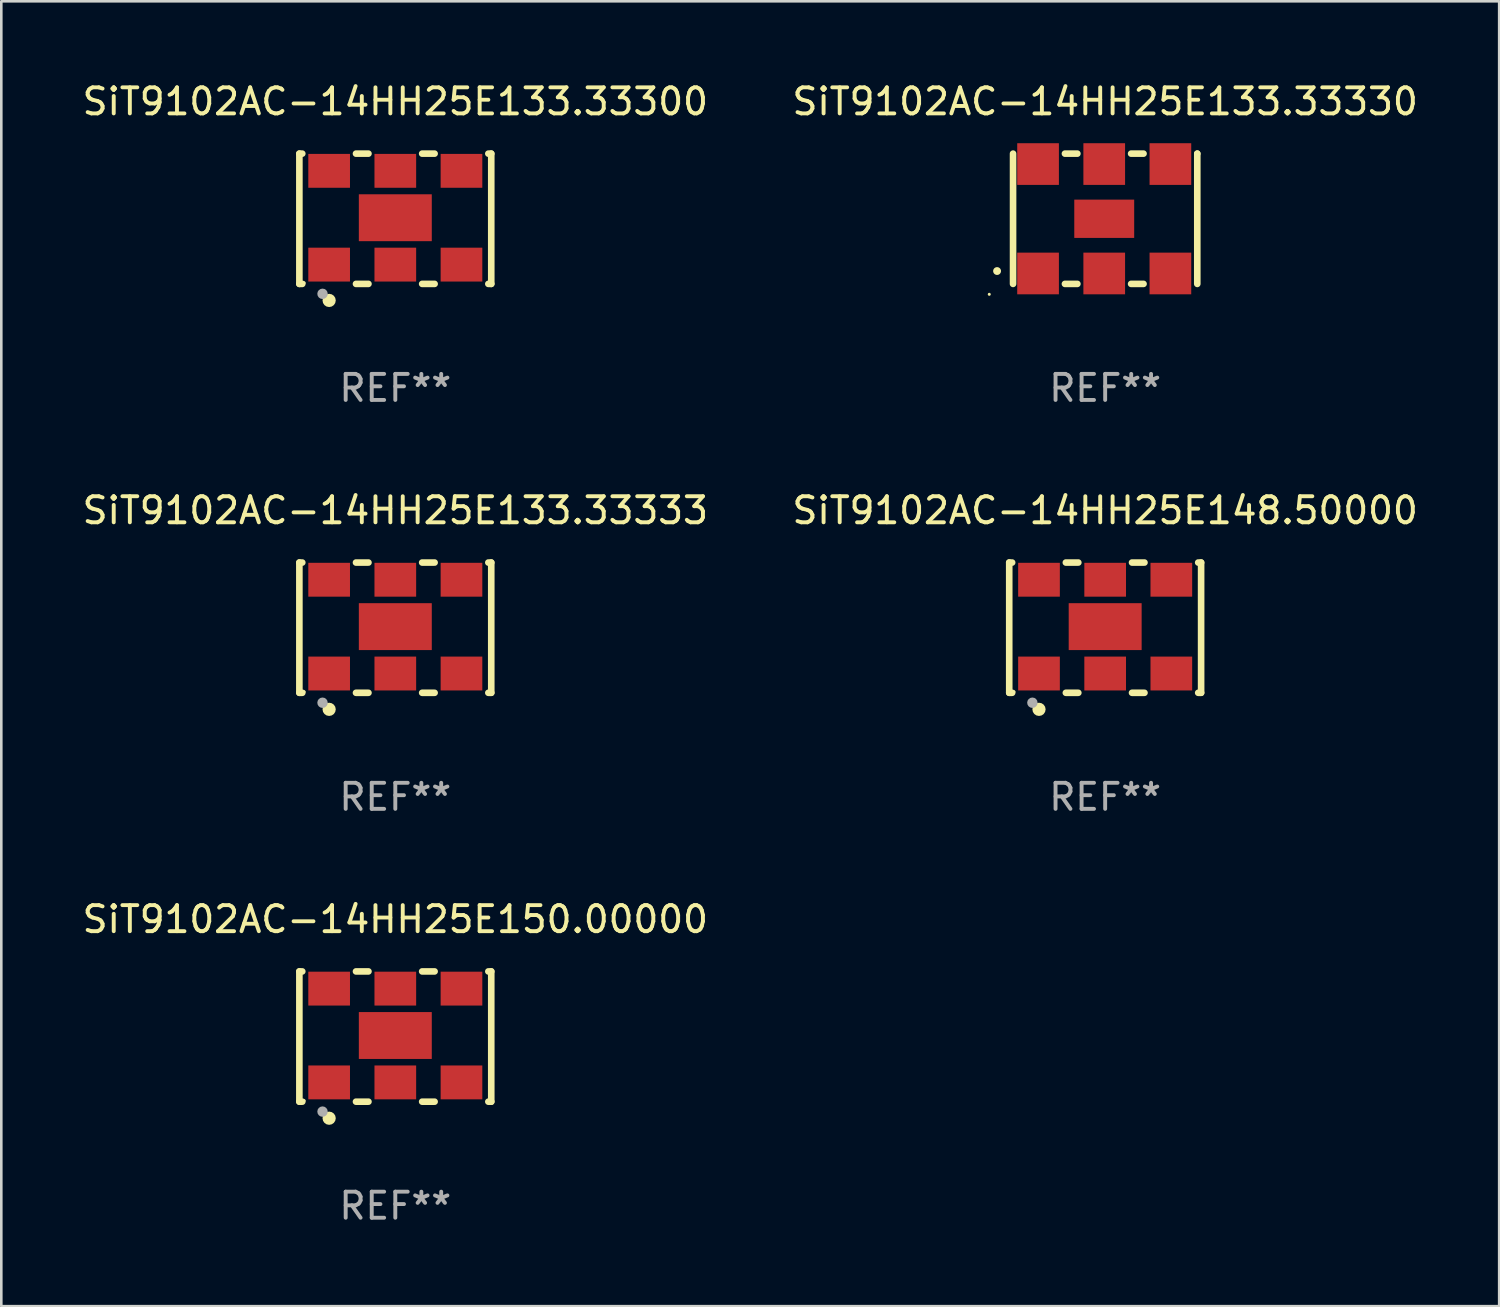
<source format=kicad_pcb>
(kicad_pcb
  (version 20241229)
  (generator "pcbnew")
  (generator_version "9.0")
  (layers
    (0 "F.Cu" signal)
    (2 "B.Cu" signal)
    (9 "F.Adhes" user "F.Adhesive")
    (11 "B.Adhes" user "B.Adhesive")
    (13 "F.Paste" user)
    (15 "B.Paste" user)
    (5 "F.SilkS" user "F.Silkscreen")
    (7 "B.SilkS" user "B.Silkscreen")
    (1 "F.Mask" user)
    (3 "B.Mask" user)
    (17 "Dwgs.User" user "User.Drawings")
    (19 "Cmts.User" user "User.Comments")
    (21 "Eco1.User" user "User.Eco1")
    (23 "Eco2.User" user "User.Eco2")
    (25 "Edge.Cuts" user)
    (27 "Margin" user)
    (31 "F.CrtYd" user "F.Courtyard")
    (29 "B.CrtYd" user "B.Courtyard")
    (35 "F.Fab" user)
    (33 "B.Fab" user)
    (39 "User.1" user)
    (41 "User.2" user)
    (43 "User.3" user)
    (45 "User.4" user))
  (footprint "SiT9102AC-14HH25E133.33330"
    (layer "F.Cu")
    (at 39.375 5.348)
    (property "Reference" "SiT9102AC-14HH25E133.33330" (at 0 -4.5 0) (layer "F.SilkS") (effects (font (size 1 1) (thickness 0.15))))
    (attr through_hole)
    (fp_line (start -3.536 -2.5) (end -3.536 2.5) (stroke (width 0.254) (type solid)) (layer "F.SilkS"))
    (fp_line (start -1.544 2.5) (end -1.067 2.5) (stroke (width 0.254) (type solid)) (layer "F.SilkS"))
    (fp_line (start -1.067 -2.5) (end -1.544 -2.5) (stroke (width 0.254) (type solid)) (layer "F.SilkS"))
    (fp_line (start 0.996 2.5) (end 1.473 2.5) (stroke (width 0.254) (type solid)) (layer "F.SilkS"))
    (fp_line (start 1.473 -2.5) (end 0.996 -2.5) (stroke (width 0.254) (type solid)) (layer "F.SilkS"))
    (fp_line (start 3.536 -2.5) (end 3.536 -2.5) (stroke (width 0.254) (type solid)) (layer "F.SilkS"))
    (fp_line (start 3.536 2.5) (end 3.536 -2.5) (stroke (width 0.254) (type solid)) (layer "F.SilkS"))
    (fp_arc (start -4.150432 2.006604) (mid -4.149162 2.006599) (end -4.147892 2.006604) (stroke (width 0.3) (type solid)) (layer "F.SilkS"))
    (fp_circle (center -4.449 2.9) (end -4.419 2.9) (stroke (width 0.06) (type solid)) (fill no) (layer "F.SilkS"))
    (fp_text user "REF**" (at 0 6.5 0) (layer "F.Fab") (effects (font (size 1 1) (thickness 0.15))))
    (pad "1" smd rect (at -2.576 2.1) (size 1.6 1.6) (layers "F.Cu" "F.Mask" "F.Paste"))
    (pad "2" smd rect (at -0.036 2.1) (size 1.6 1.6) (layers "F.Cu" "F.Mask" "F.Paste"))
    (pad "3" smd rect (at 2.504 2.1) (size 1.6 1.6) (layers "F.Cu" "F.Mask" "F.Paste"))
    (pad "4" smd rect (at 2.504 -2.1) (size 1.6 1.6) (layers "F.Cu" "F.Mask" "F.Paste"))
    (pad "5" smd rect (at -0.036 -2.1) (size 1.6 1.6) (layers "F.Cu" "F.Mask" "F.Paste"))
    (pad "6" smd rect (at -2.576 -2.1) (size 1.6 1.6) (layers "F.Cu" "F.Mask" "F.Paste"))
    (pad "7" smd rect (at -0.036 0) (size 2.3 1.47) (layers "F.Cu" "F.Mask" "F.Paste")))
  (footprint "SiT9102AC-14HH25E133.33333"
    (layer "F.Cu")
    (at 12.125 21.045)
    (property "Reference" "SiT9102AC-14HH25E133.33333" (at 0 -4.5 0) (layer "F.SilkS") (effects (font (size 1 1) (thickness 0.15))))
    (attr through_hole)
    (fp_line (start -3.683 -2.5) (end -3.571 -2.5) (stroke (width 0.254) (type solid)) (layer "F.SilkS"))
    (fp_line (start -3.683 2.5) (end -3.683 -2.5) (stroke (width 0.254) (type solid)) (layer "F.SilkS"))
    (fp_line (start -3.683 2.5) (end -3.571 2.5) (stroke (width 0.254) (type solid)) (layer "F.SilkS"))
    (fp_line (start -1.509 -2.5) (end -1.031 -2.5) (stroke (width 0.254) (type solid)) (layer "F.SilkS"))
    (fp_line (start -1.509 2.5) (end -1.031 2.5) (stroke (width 0.254) (type solid)) (layer "F.SilkS"))
    (fp_line (start 1.031 -2.5) (end 1.509 -2.5) (stroke (width 0.254) (type solid)) (layer "F.SilkS"))
    (fp_line (start 1.031 2.5) (end 1.509 2.5) (stroke (width 0.254) (type solid)) (layer "F.SilkS"))
    (fp_line (start 3.571 -2.5) (end 3.683 -2.5) (stroke (width 0.254) (type solid)) (layer "F.SilkS"))
    (fp_line (start 3.571 2.5) (end 3.683 2.5) (stroke (width 0.254) (type solid)) (layer "F.SilkS"))
    (fp_line (start 3.683 2.5) (end 3.683 -2.5) (stroke (width 0.254) (type solid)) (layer "F.SilkS"))
    (fp_circle (center -3.5 2.46) (end -3.47 2.46) (stroke (width 0.06) (type solid)) (fill no) (layer "F.SilkS"))
    (fp_circle (center -2.54 3.135) (end -2.413 3.135) (stroke (width 0.254) (type solid)) (fill no) (layer "F.SilkS"))
    (fp_circle (center -2.794 2.881) (end -2.694 2.881) (stroke (width 0.2) (type solid)) (fill no) (layer "F.Fab"))
    (fp_text user "REF**" (at 0 6.5 0) (layer "F.Fab") (effects (font (size 1 1) (thickness 0.15))))
    (pad "1" smd rect (at -2.54 1.76) (size 1.6 1.3) (layers "F.Cu" "F.Mask" "F.Paste"))
    (pad "2" smd rect (at 0 1.76) (size 1.6 1.3) (layers "F.Cu" "F.Mask" "F.Paste"))
    (pad "3" smd rect (at 2.54 1.76) (size 1.6 1.3) (layers "F.Cu" "F.Mask" "F.Paste"))
    (pad "4" smd rect (at 2.54 -1.84) (size 1.6 1.3) (layers "F.Cu" "F.Mask" "F.Paste"))
    (pad "5" smd rect (at 0 -1.84) (size 1.6 1.3) (layers "F.Cu" "F.Mask" "F.Paste"))
    (pad "6" smd rect (at -2.54 -1.84) (size 1.6 1.3) (layers "F.Cu" "F.Mask" "F.Paste"))
    (pad "7" smd rect (at 0 -0.04) (size 2.8 1.8) (layers "F.Cu" "F.Mask" "F.Paste")))
  (footprint "SiT9102AC-14HH25E133.33300"
    (layer "F.Cu")
    (at 12.125 5.348)
    (property "Reference" "SiT9102AC-14HH25E133.33300" (at 0 -4.5 0) (layer "F.SilkS") (effects (font (size 1 1) (thickness 0.15))))
    (attr through_hole)
    (fp_line (start -3.683 -2.5) (end -3.571 -2.5) (stroke (width 0.254) (type solid)) (layer "F.SilkS"))
    (fp_line (start -3.683 2.5) (end -3.683 -2.5) (stroke (width 0.254) (type solid)) (layer "F.SilkS"))
    (fp_line (start -3.683 2.5) (end -3.571 2.5) (stroke (width 0.254) (type solid)) (layer "F.SilkS"))
    (fp_line (start -1.509 -2.5) (end -1.031 -2.5) (stroke (width 0.254) (type solid)) (layer "F.SilkS"))
    (fp_line (start -1.509 2.5) (end -1.031 2.5) (stroke (width 0.254) (type solid)) (layer "F.SilkS"))
    (fp_line (start 1.031 -2.5) (end 1.509 -2.5) (stroke (width 0.254) (type solid)) (layer "F.SilkS"))
    (fp_line (start 1.031 2.5) (end 1.509 2.5) (stroke (width 0.254) (type solid)) (layer "F.SilkS"))
    (fp_line (start 3.571 -2.5) (end 3.683 -2.5) (stroke (width 0.254) (type solid)) (layer "F.SilkS"))
    (fp_line (start 3.571 2.5) (end 3.683 2.5) (stroke (width 0.254) (type solid)) (layer "F.SilkS"))
    (fp_line (start 3.683 2.5) (end 3.683 -2.5) (stroke (width 0.254) (type solid)) (layer "F.SilkS"))
    (fp_circle (center -3.5 2.46) (end -3.47 2.46) (stroke (width 0.06) (type solid)) (fill no) (layer "F.SilkS"))
    (fp_circle (center -2.54 3.135) (end -2.413 3.135) (stroke (width 0.254) (type solid)) (fill no) (layer "F.SilkS"))
    (fp_circle (center -2.794 2.881) (end -2.694 2.881) (stroke (width 0.2) (type solid)) (fill no) (layer "F.Fab"))
    (fp_text user "REF**" (at 0 6.5 0) (layer "F.Fab") (effects (font (size 1 1) (thickness 0.15))))
    (pad "1" smd rect (at -2.54 1.76) (size 1.6 1.3) (layers "F.Cu" "F.Mask" "F.Paste"))
    (pad "2" smd rect (at 0 1.76) (size 1.6 1.3) (layers "F.Cu" "F.Mask" "F.Paste"))
    (pad "3" smd rect (at 2.54 1.76) (size 1.6 1.3) (layers "F.Cu" "F.Mask" "F.Paste"))
    (pad "4" smd rect (at 2.54 -1.84) (size 1.6 1.3) (layers "F.Cu" "F.Mask" "F.Paste"))
    (pad "5" smd rect (at 0 -1.84) (size 1.6 1.3) (layers "F.Cu" "F.Mask" "F.Paste"))
    (pad "6" smd rect (at -2.54 -1.84) (size 1.6 1.3) (layers "F.Cu" "F.Mask" "F.Paste"))
    (pad "7" smd rect (at 0 -0.04) (size 2.8 1.8) (layers "F.Cu" "F.Mask" "F.Paste")))
  (footprint "SiT9102AC-14HH25E150.00000"
    (layer "F.Cu")
    (at 12.125 36.741)
    (property "Reference" "SiT9102AC-14HH25E150.00000" (at 0 -4.5 0) (layer "F.SilkS") (effects (font (size 1 1) (thickness 0.15))))
    (attr through_hole)
    (fp_line (start -3.683 -2.5) (end -3.571 -2.5) (stroke (width 0.254) (type solid)) (layer "F.SilkS"))
    (fp_line (start -3.683 2.5) (end -3.683 -2.5) (stroke (width 0.254) (type solid)) (layer "F.SilkS"))
    (fp_line (start -3.683 2.5) (end -3.571 2.5) (stroke (width 0.254) (type solid)) (layer "F.SilkS"))
    (fp_line (start -1.509 -2.5) (end -1.031 -2.5) (stroke (width 0.254) (type solid)) (layer "F.SilkS"))
    (fp_line (start -1.509 2.5) (end -1.031 2.5) (stroke (width 0.254) (type solid)) (layer "F.SilkS"))
    (fp_line (start 1.031 -2.5) (end 1.509 -2.5) (stroke (width 0.254) (type solid)) (layer "F.SilkS"))
    (fp_line (start 1.031 2.5) (end 1.509 2.5) (stroke (width 0.254) (type solid)) (layer "F.SilkS"))
    (fp_line (start 3.571 -2.5) (end 3.683 -2.5) (stroke (width 0.254) (type solid)) (layer "F.SilkS"))
    (fp_line (start 3.571 2.5) (end 3.683 2.5) (stroke (width 0.254) (type solid)) (layer "F.SilkS"))
    (fp_line (start 3.683 2.5) (end 3.683 -2.5) (stroke (width 0.254) (type solid)) (layer "F.SilkS"))
    (fp_circle (center -3.5 2.46) (end -3.47 2.46) (stroke (width 0.06) (type solid)) (fill no) (layer "F.SilkS"))
    (fp_circle (center -2.54 3.135) (end -2.413 3.135) (stroke (width 0.254) (type solid)) (fill no) (layer "F.SilkS"))
    (fp_circle (center -2.794 2.881) (end -2.694 2.881) (stroke (width 0.2) (type solid)) (fill no) (layer "F.Fab"))
    (fp_text user "REF**" (at 0 6.5 0) (layer "F.Fab") (effects (font (size 1 1) (thickness 0.15))))
    (pad "1" smd rect (at -2.54 1.76) (size 1.6 1.3) (layers "F.Cu" "F.Mask" "F.Paste"))
    (pad "2" smd rect (at 0 1.76) (size 1.6 1.3) (layers "F.Cu" "F.Mask" "F.Paste"))
    (pad "3" smd rect (at 2.54 1.76) (size 1.6 1.3) (layers "F.Cu" "F.Mask" "F.Paste"))
    (pad "4" smd rect (at 2.54 -1.84) (size 1.6 1.3) (layers "F.Cu" "F.Mask" "F.Paste"))
    (pad "5" smd rect (at 0 -1.84) (size 1.6 1.3) (layers "F.Cu" "F.Mask" "F.Paste"))
    (pad "6" smd rect (at -2.54 -1.84) (size 1.6 1.3) (layers "F.Cu" "F.Mask" "F.Paste"))
    (pad "7" smd rect (at 0 -0.04) (size 2.8 1.8) (layers "F.Cu" "F.Mask" "F.Paste")))
  (footprint "SiT9102AC-14HH25E148.50000"
    (layer "F.Cu")
    (at 39.375 21.045)
    (property "Reference" "SiT9102AC-14HH25E148.50000" (at 0 -4.5 0) (layer "F.SilkS") (effects (font (size 1 1) (thickness 0.15))))
    (attr through_hole)
    (fp_line (start -3.683 -2.5) (end -3.571 -2.5) (stroke (width 0.254) (type solid)) (layer "F.SilkS"))
    (fp_line (start -3.683 2.5) (end -3.683 -2.5) (stroke (width 0.254) (type solid)) (layer "F.SilkS"))
    (fp_line (start -3.683 2.5) (end -3.571 2.5) (stroke (width 0.254) (type solid)) (layer "F.SilkS"))
    (fp_line (start -1.509 -2.5) (end -1.031 -2.5) (stroke (width 0.254) (type solid)) (layer "F.SilkS"))
    (fp_line (start -1.509 2.5) (end -1.031 2.5) (stroke (width 0.254) (type solid)) (layer "F.SilkS"))
    (fp_line (start 1.031 -2.5) (end 1.509 -2.5) (stroke (width 0.254) (type solid)) (layer "F.SilkS"))
    (fp_line (start 1.031 2.5) (end 1.509 2.5) (stroke (width 0.254) (type solid)) (layer "F.SilkS"))
    (fp_line (start 3.571 -2.5) (end 3.683 -2.5) (stroke (width 0.254) (type solid)) (layer "F.SilkS"))
    (fp_line (start 3.571 2.5) (end 3.683 2.5) (stroke (width 0.254) (type solid)) (layer "F.SilkS"))
    (fp_line (start 3.683 2.5) (end 3.683 -2.5) (stroke (width 0.254) (type solid)) (layer "F.SilkS"))
    (fp_circle (center -3.5 2.46) (end -3.47 2.46) (stroke (width 0.06) (type solid)) (fill no) (layer "F.SilkS"))
    (fp_circle (center -2.54 3.135) (end -2.413 3.135) (stroke (width 0.254) (type solid)) (fill no) (layer "F.SilkS"))
    (fp_circle (center -2.794 2.881) (end -2.694 2.881) (stroke (width 0.2) (type solid)) (fill no) (layer "F.Fab"))
    (fp_text user "REF**" (at 0 6.5 0) (layer "F.Fab") (effects (font (size 1 1) (thickness 0.15))))
    (pad "1" smd rect (at -2.54 1.76) (size 1.6 1.3) (layers "F.Cu" "F.Mask" "F.Paste"))
    (pad "2" smd rect (at 0 1.76) (size 1.6 1.3) (layers "F.Cu" "F.Mask" "F.Paste"))
    (pad "3" smd rect (at 2.54 1.76) (size 1.6 1.3) (layers "F.Cu" "F.Mask" "F.Paste"))
    (pad "4" smd rect (at 2.54 -1.84) (size 1.6 1.3) (layers "F.Cu" "F.Mask" "F.Paste"))
    (pad "5" smd rect (at 0 -1.84) (size 1.6 1.3) (layers "F.Cu" "F.Mask" "F.Paste"))
    (pad "6" smd rect (at -2.54 -1.84) (size 1.6 1.3) (layers "F.Cu" "F.Mask" "F.Paste"))
    (pad "7" smd rect (at 0 -0.04) (size 2.8 1.8) (layers "F.Cu" "F.Mask" "F.Paste")))
  (gr_rect
    (start -3 -3)
    (end 54.5 47.09)
    (stroke (width 0.1) (type default))
    (fill no)
    (layer "Edge.Cuts")))
</source>
